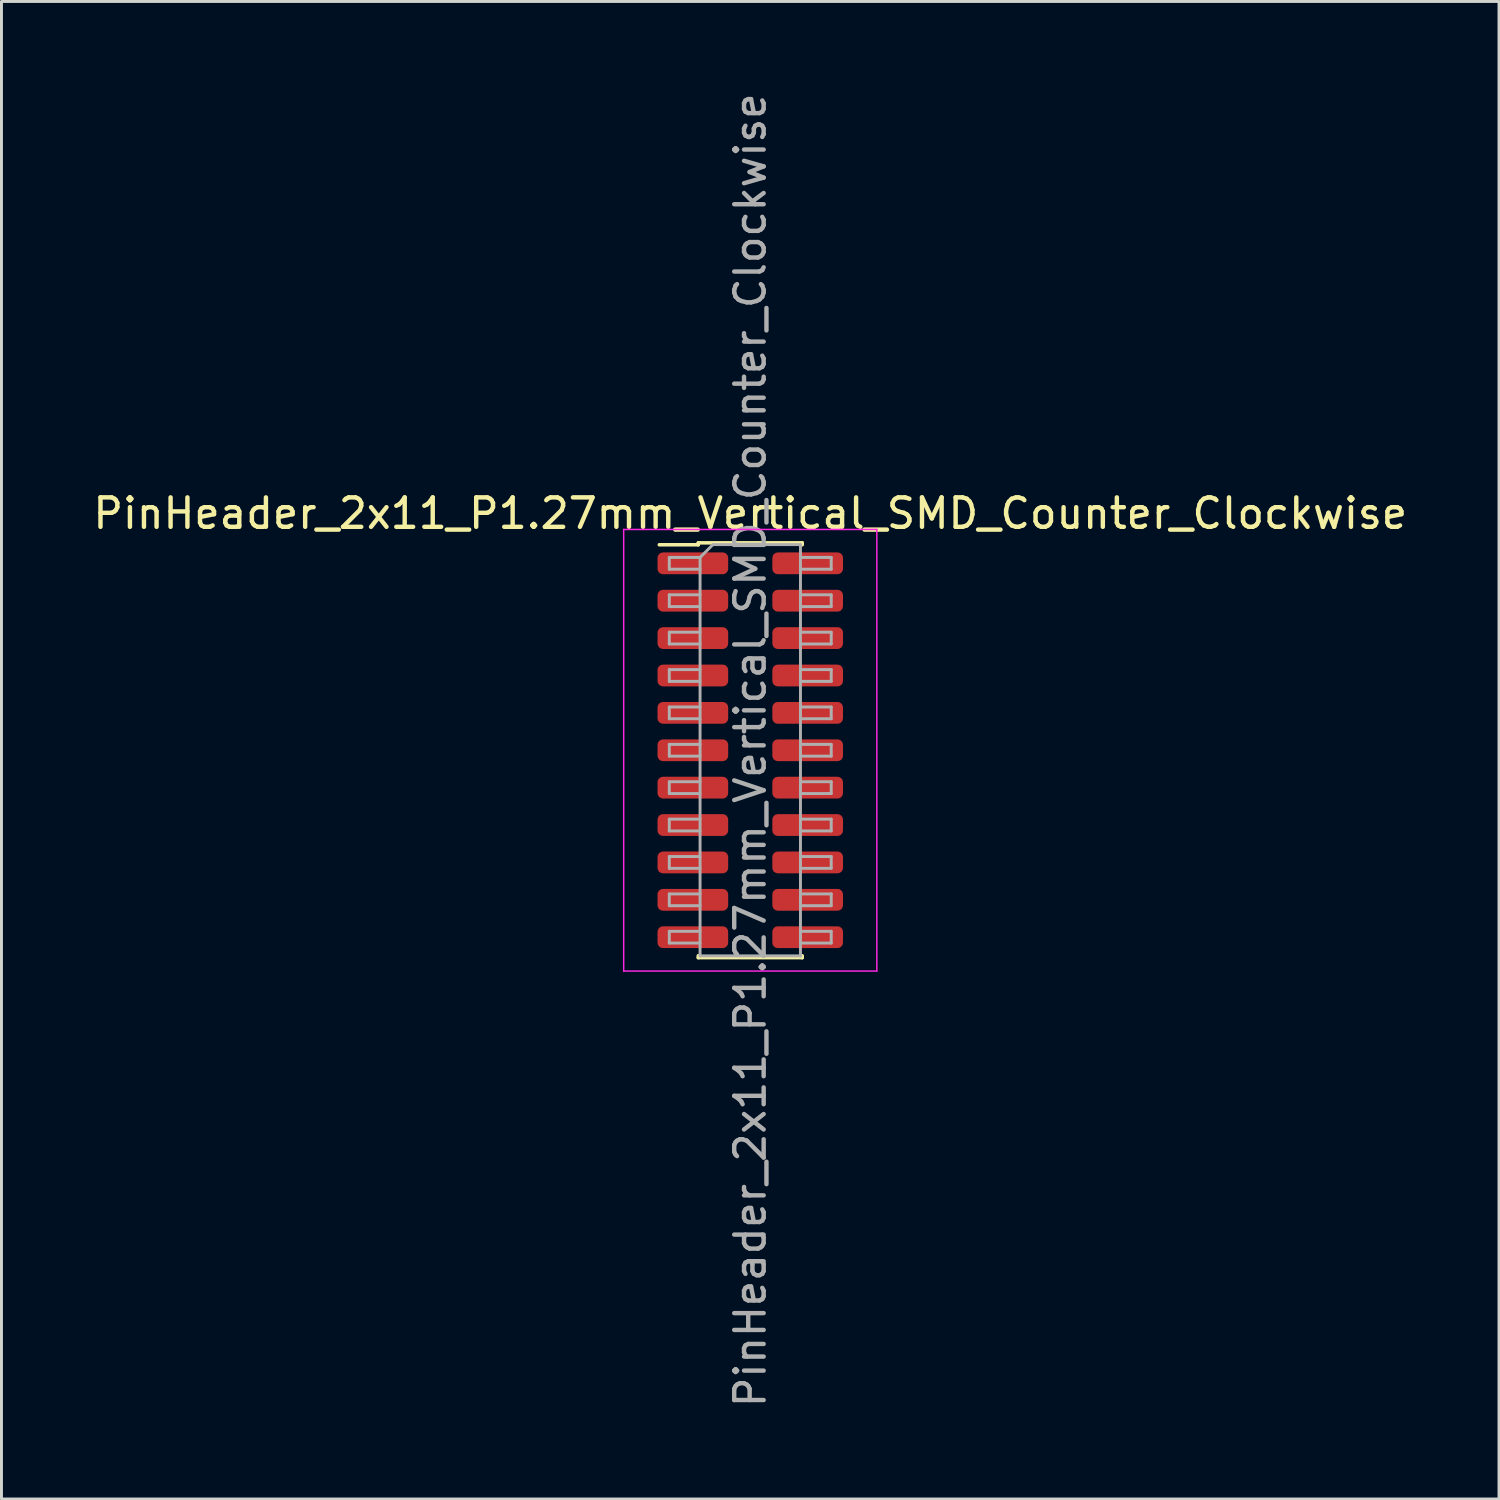
<source format=kicad_pcb>
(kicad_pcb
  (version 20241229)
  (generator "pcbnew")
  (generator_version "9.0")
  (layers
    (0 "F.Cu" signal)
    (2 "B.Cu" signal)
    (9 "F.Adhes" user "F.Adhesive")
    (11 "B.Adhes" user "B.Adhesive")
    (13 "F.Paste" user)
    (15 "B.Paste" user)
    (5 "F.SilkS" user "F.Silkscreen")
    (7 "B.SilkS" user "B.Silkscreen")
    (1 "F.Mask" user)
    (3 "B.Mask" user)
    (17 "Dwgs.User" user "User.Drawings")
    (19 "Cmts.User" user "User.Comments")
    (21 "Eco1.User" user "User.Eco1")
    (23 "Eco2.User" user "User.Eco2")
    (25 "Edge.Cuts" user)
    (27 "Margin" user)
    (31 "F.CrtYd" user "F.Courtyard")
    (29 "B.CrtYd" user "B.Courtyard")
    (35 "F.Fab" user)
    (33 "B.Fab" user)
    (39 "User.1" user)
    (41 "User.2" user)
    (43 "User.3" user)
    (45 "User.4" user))
  (footprint "PinHeader_2x11_P1.27mm_Vertical_SMD_Counter_Clockwise"
    (layer "F.Cu")
    (at 22.435 22.435)
    (property "Reference" "PinHeader_2x11_P1.27mm_Vertical_SMD_Counter_Clockwise" (at 0 -8.045 0) (layer "F.SilkS") (effects (font (size 1 1) (thickness 0.15))))
    (attr smd)
    (fp_line (start -3.09 -6.98) (end -1.765 -6.98) (stroke (width 0.12) (type solid)) (layer "F.SilkS"))
    (fp_line (start -1.765 -7.045) (end -1.765 -6.98) (stroke (width 0.12) (type solid)) (layer "F.SilkS"))
    (fp_line (start -1.765 -7.045) (end 1.765 -7.045) (stroke (width 0.12) (type solid)) (layer "F.SilkS"))
    (fp_line (start -1.765 6.98) (end -1.765 7.045) (stroke (width 0.12) (type solid)) (layer "F.SilkS"))
    (fp_line (start -1.765 7.045) (end 1.765 7.045) (stroke (width 0.12) (type solid)) (layer "F.SilkS"))
    (fp_line (start 1.765 -7.045) (end 1.765 -6.98) (stroke (width 0.12) (type solid)) (layer "F.SilkS"))
    (fp_line (start 1.765 6.98) (end 1.765 7.045) (stroke (width 0.12) (type solid)) (layer "F.SilkS"))
    (fp_line (start -4.3 -7.5) (end -4.3 7.5) (stroke (width 0.05) (type solid)) (layer "F.CrtYd"))
    (fp_line (start -4.3 7.5) (end 4.3 7.5) (stroke (width 0.05) (type solid)) (layer "F.CrtYd"))
    (fp_line (start 4.3 -7.5) (end -4.3 -7.5) (stroke (width 0.05) (type solid)) (layer "F.CrtYd"))
    (fp_line (start 4.3 7.5) (end 4.3 -7.5) (stroke (width 0.05) (type solid)) (layer "F.CrtYd"))
    (fp_line (start -2.75 -6.55) (end -2.75 -6.15) (stroke (width 0.1) (type solid)) (layer "F.Fab"))
    (fp_line (start -2.75 -6.15) (end -1.705 -6.15) (stroke (width 0.1) (type solid)) (layer "F.Fab"))
    (fp_line (start -2.75 -5.28) (end -2.75 -4.88) (stroke (width 0.1) (type solid)) (layer "F.Fab"))
    (fp_line (start -2.75 -4.88) (end -1.705 -4.88) (stroke (width 0.1) (type solid)) (layer "F.Fab"))
    (fp_line (start -2.75 -4.01) (end -2.75 -3.61) (stroke (width 0.1) (type solid)) (layer "F.Fab"))
    (fp_line (start -2.75 -3.61) (end -1.705 -3.61) (stroke (width 0.1) (type solid)) (layer "F.Fab"))
    (fp_line (start -2.75 -2.74) (end -2.75 -2.34) (stroke (width 0.1) (type solid)) (layer "F.Fab"))
    (fp_line (start -2.75 -2.34) (end -1.705 -2.34) (stroke (width 0.1) (type solid)) (layer "F.Fab"))
    (fp_line (start -2.75 -1.47) (end -2.75 -1.07) (stroke (width 0.1) (type solid)) (layer "F.Fab"))
    (fp_line (start -2.75 -1.07) (end -1.705 -1.07) (stroke (width 0.1) (type solid)) (layer "F.Fab"))
    (fp_line (start -2.75 -0.2) (end -2.75 0.2) (stroke (width 0.1) (type solid)) (layer "F.Fab"))
    (fp_line (start -2.75 0.2) (end -1.705 0.2) (stroke (width 0.1) (type solid)) (layer "F.Fab"))
    (fp_line (start -2.75 1.07) (end -2.75 1.47) (stroke (width 0.1) (type solid)) (layer "F.Fab"))
    (fp_line (start -2.75 1.47) (end -1.705 1.47) (stroke (width 0.1) (type solid)) (layer "F.Fab"))
    (fp_line (start -2.75 2.34) (end -2.75 2.74) (stroke (width 0.1) (type solid)) (layer "F.Fab"))
    (fp_line (start -2.75 2.74) (end -1.705 2.74) (stroke (width 0.1) (type solid)) (layer "F.Fab"))
    (fp_line (start -2.75 3.61) (end -2.75 4.01) (stroke (width 0.1) (type solid)) (layer "F.Fab"))
    (fp_line (start -2.75 4.01) (end -1.705 4.01) (stroke (width 0.1) (type solid)) (layer "F.Fab"))
    (fp_line (start -2.75 4.88) (end -2.75 5.28) (stroke (width 0.1) (type solid)) (layer "F.Fab"))
    (fp_line (start -2.75 5.28) (end -1.705 5.28) (stroke (width 0.1) (type solid)) (layer "F.Fab"))
    (fp_line (start -2.75 6.15) (end -2.75 6.55) (stroke (width 0.1) (type solid)) (layer "F.Fab"))
    (fp_line (start -2.75 6.55) (end -1.705 6.55) (stroke (width 0.1) (type solid)) (layer "F.Fab"))
    (fp_line (start -1.705 -6.55) (end -2.75 -6.55) (stroke (width 0.1) (type solid)) (layer "F.Fab"))
    (fp_line (start -1.705 -6.55) (end -1.27 -6.985) (stroke (width 0.1) (type solid)) (layer "F.Fab"))
    (fp_line (start -1.705 -5.28) (end -2.75 -5.28) (stroke (width 0.1) (type solid)) (layer "F.Fab"))
    (fp_line (start -1.705 -4.01) (end -2.75 -4.01) (stroke (width 0.1) (type solid)) (layer "F.Fab"))
    (fp_line (start -1.705 -2.74) (end -2.75 -2.74) (stroke (width 0.1) (type solid)) (layer "F.Fab"))
    (fp_line (start -1.705 -1.47) (end -2.75 -1.47) (stroke (width 0.1) (type solid)) (layer "F.Fab"))
    (fp_line (start -1.705 -0.2) (end -2.75 -0.2) (stroke (width 0.1) (type solid)) (layer "F.Fab"))
    (fp_line (start -1.705 1.07) (end -2.75 1.07) (stroke (width 0.1) (type solid)) (layer "F.Fab"))
    (fp_line (start -1.705 2.34) (end -2.75 2.34) (stroke (width 0.1) (type solid)) (layer "F.Fab"))
    (fp_line (start -1.705 3.61) (end -2.75 3.61) (stroke (width 0.1) (type solid)) (layer "F.Fab"))
    (fp_line (start -1.705 4.88) (end -2.75 4.88) (stroke (width 0.1) (type solid)) (layer "F.Fab"))
    (fp_line (start -1.705 6.15) (end -2.75 6.15) (stroke (width 0.1) (type solid)) (layer "F.Fab"))
    (fp_line (start -1.705 6.985) (end -1.705 -6.55) (stroke (width 0.1) (type solid)) (layer "F.Fab"))
    (fp_line (start -1.27 -6.985) (end 1.705 -6.985) (stroke (width 0.1) (type solid)) (layer "F.Fab"))
    (fp_line (start 1.705 -6.985) (end 1.705 6.985) (stroke (width 0.1) (type solid)) (layer "F.Fab"))
    (fp_line (start 1.705 -6.55) (end 2.75 -6.55) (stroke (width 0.1) (type solid)) (layer "F.Fab"))
    (fp_line (start 1.705 -5.28) (end 2.75 -5.28) (stroke (width 0.1) (type solid)) (layer "F.Fab"))
    (fp_line (start 1.705 -4.01) (end 2.75 -4.01) (stroke (width 0.1) (type solid)) (layer "F.Fab"))
    (fp_line (start 1.705 -2.74) (end 2.75 -2.74) (stroke (width 0.1) (type solid)) (layer "F.Fab"))
    (fp_line (start 1.705 -1.47) (end 2.75 -1.47) (stroke (width 0.1) (type solid)) (layer "F.Fab"))
    (fp_line (start 1.705 -0.2) (end 2.75 -0.2) (stroke (width 0.1) (type solid)) (layer "F.Fab"))
    (fp_line (start 1.705 1.07) (end 2.75 1.07) (stroke (width 0.1) (type solid)) (layer "F.Fab"))
    (fp_line (start 1.705 2.34) (end 2.75 2.34) (stroke (width 0.1) (type solid)) (layer "F.Fab"))
    (fp_line (start 1.705 3.61) (end 2.75 3.61) (stroke (width 0.1) (type solid)) (layer "F.Fab"))
    (fp_line (start 1.705 4.88) (end 2.75 4.88) (stroke (width 0.1) (type solid)) (layer "F.Fab"))
    (fp_line (start 1.705 6.15) (end 2.75 6.15) (stroke (width 0.1) (type solid)) (layer "F.Fab"))
    (fp_line (start 1.705 6.985) (end -1.705 6.985) (stroke (width 0.1) (type solid)) (layer "F.Fab"))
    (fp_line (start 2.75 -6.55) (end 2.75 -6.15) (stroke (width 0.1) (type solid)) (layer "F.Fab"))
    (fp_line (start 2.75 -6.15) (end 1.705 -6.15) (stroke (width 0.1) (type solid)) (layer "F.Fab"))
    (fp_line (start 2.75 -5.28) (end 2.75 -4.88) (stroke (width 0.1) (type solid)) (layer "F.Fab"))
    (fp_line (start 2.75 -4.88) (end 1.705 -4.88) (stroke (width 0.1) (type solid)) (layer "F.Fab"))
    (fp_line (start 2.75 -4.01) (end 2.75 -3.61) (stroke (width 0.1) (type solid)) (layer "F.Fab"))
    (fp_line (start 2.75 -3.61) (end 1.705 -3.61) (stroke (width 0.1) (type solid)) (layer "F.Fab"))
    (fp_line (start 2.75 -2.74) (end 2.75 -2.34) (stroke (width 0.1) (type solid)) (layer "F.Fab"))
    (fp_line (start 2.75 -2.34) (end 1.705 -2.34) (stroke (width 0.1) (type solid)) (layer "F.Fab"))
    (fp_line (start 2.75 -1.47) (end 2.75 -1.07) (stroke (width 0.1) (type solid)) (layer "F.Fab"))
    (fp_line (start 2.75 -1.07) (end 1.705 -1.07) (stroke (width 0.1) (type solid)) (layer "F.Fab"))
    (fp_line (start 2.75 -0.2) (end 2.75 0.2) (stroke (width 0.1) (type solid)) (layer "F.Fab"))
    (fp_line (start 2.75 0.2) (end 1.705 0.2) (stroke (width 0.1) (type solid)) (layer "F.Fab"))
    (fp_line (start 2.75 1.07) (end 2.75 1.47) (stroke (width 0.1) (type solid)) (layer "F.Fab"))
    (fp_line (start 2.75 1.47) (end 1.705 1.47) (stroke (width 0.1) (type solid)) (layer "F.Fab"))
    (fp_line (start 2.75 2.34) (end 2.75 2.74) (stroke (width 0.1) (type solid)) (layer "F.Fab"))
    (fp_line (start 2.75 2.74) (end 1.705 2.74) (stroke (width 0.1) (type solid)) (layer "F.Fab"))
    (fp_line (start 2.75 3.61) (end 2.75 4.01) (stroke (width 0.1) (type solid)) (layer "F.Fab"))
    (fp_line (start 2.75 4.01) (end 1.705 4.01) (stroke (width 0.1) (type solid)) (layer "F.Fab"))
    (fp_line (start 2.75 4.88) (end 2.75 5.28) (stroke (width 0.1) (type solid)) (layer "F.Fab"))
    (fp_line (start 2.75 5.28) (end 1.705 5.28) (stroke (width 0.1) (type solid)) (layer "F.Fab"))
    (fp_line (start 2.75 6.15) (end 2.75 6.55) (stroke (width 0.1) (type solid)) (layer "F.Fab"))
    (fp_line (start 2.75 6.55) (end 1.705 6.55) (stroke (width 0.1) (type solid)) (layer "F.Fab"))
    (fp_text user "${REFERENCE}" (at 0 0 90) (layer "F.Fab") (effects (font (size 1 1) (thickness 0.15))))
    (pad "1" smd roundrect (at -1.95 -6.35) (size 2.4 0.74) (layers "F.Cu" "F.Mask" "F.Paste") (roundrect_rratio 0.25))
    (pad "2" smd roundrect (at -1.95 -5.08) (size 2.4 0.74) (layers "F.Cu" "F.Mask" "F.Paste") (roundrect_rratio 0.25))
    (pad "3" smd roundrect (at -1.95 -3.81) (size 2.4 0.74) (layers "F.Cu" "F.Mask" "F.Paste") (roundrect_rratio 0.25))
    (pad "4" smd roundrect (at -1.95 -2.54) (size 2.4 0.74) (layers "F.Cu" "F.Mask" "F.Paste") (roundrect_rratio 0.25))
    (pad "5" smd roundrect (at -1.95 -1.27) (size 2.4 0.74) (layers "F.Cu" "F.Mask" "F.Paste") (roundrect_rratio 0.25))
    (pad "6" smd roundrect (at -1.95 0) (size 2.4 0.74) (layers "F.Cu" "F.Mask" "F.Paste") (roundrect_rratio 0.25))
    (pad "7" smd roundrect (at -1.95 1.27) (size 2.4 0.74) (layers "F.Cu" "F.Mask" "F.Paste") (roundrect_rratio 0.25))
    (pad "8" smd roundrect (at -1.95 2.54) (size 2.4 0.74) (layers "F.Cu" "F.Mask" "F.Paste") (roundrect_rratio 0.25))
    (pad "9" smd roundrect (at -1.95 3.81) (size 2.4 0.74) (layers "F.Cu" "F.Mask" "F.Paste") (roundrect_rratio 0.25))
    (pad "10" smd roundrect (at -1.95 5.08) (size 2.4 0.74) (layers "F.Cu" "F.Mask" "F.Paste") (roundrect_rratio 0.25))
    (pad "11" smd roundrect (at -1.95 6.35) (size 2.4 0.74) (layers "F.Cu" "F.Mask" "F.Paste") (roundrect_rratio 0.25))
    (pad "12" smd roundrect (at 1.95 6.35) (size 2.4 0.74) (layers "F.Cu" "F.Mask" "F.Paste") (roundrect_rratio 0.25))
    (pad "13" smd roundrect (at 1.95 5.08) (size 2.4 0.74) (layers "F.Cu" "F.Mask" "F.Paste") (roundrect_rratio 0.25))
    (pad "14" smd roundrect (at 1.95 3.81) (size 2.4 0.74) (layers "F.Cu" "F.Mask" "F.Paste") (roundrect_rratio 0.25))
    (pad "15" smd roundrect (at 1.95 2.54) (size 2.4 0.74) (layers "F.Cu" "F.Mask" "F.Paste") (roundrect_rratio 0.25))
    (pad "16" smd roundrect (at 1.95 1.27) (size 2.4 0.74) (layers "F.Cu" "F.Mask" "F.Paste") (roundrect_rratio 0.25))
    (pad "17" smd roundrect (at 1.95 0) (size 2.4 0.74) (layers "F.Cu" "F.Mask" "F.Paste") (roundrect_rratio 0.25))
    (pad "18" smd roundrect (at 1.95 -1.27) (size 2.4 0.74) (layers "F.Cu" "F.Mask" "F.Paste") (roundrect_rratio 0.25))
    (pad "19" smd roundrect (at 1.95 -2.54) (size 2.4 0.74) (layers "F.Cu" "F.Mask" "F.Paste") (roundrect_rratio 0.25))
    (pad "20" smd roundrect (at 1.95 -3.81) (size 2.4 0.74) (layers "F.Cu" "F.Mask" "F.Paste") (roundrect_rratio 0.25))
    (pad "21" smd roundrect (at 1.95 -5.08) (size 2.4 0.74) (layers "F.Cu" "F.Mask" "F.Paste") (roundrect_rratio 0.25))
    (pad "22" smd roundrect (at 1.95 -6.35) (size 2.4 0.74) (layers "F.Cu" "F.Mask" "F.Paste") (roundrect_rratio 0.25)))
  (gr_rect
    (start -3 -3)
    (end 47.869 47.869)
    (stroke (width 0.1) (type default))
    (fill no)
    (layer "Edge.Cuts")))
</source>
